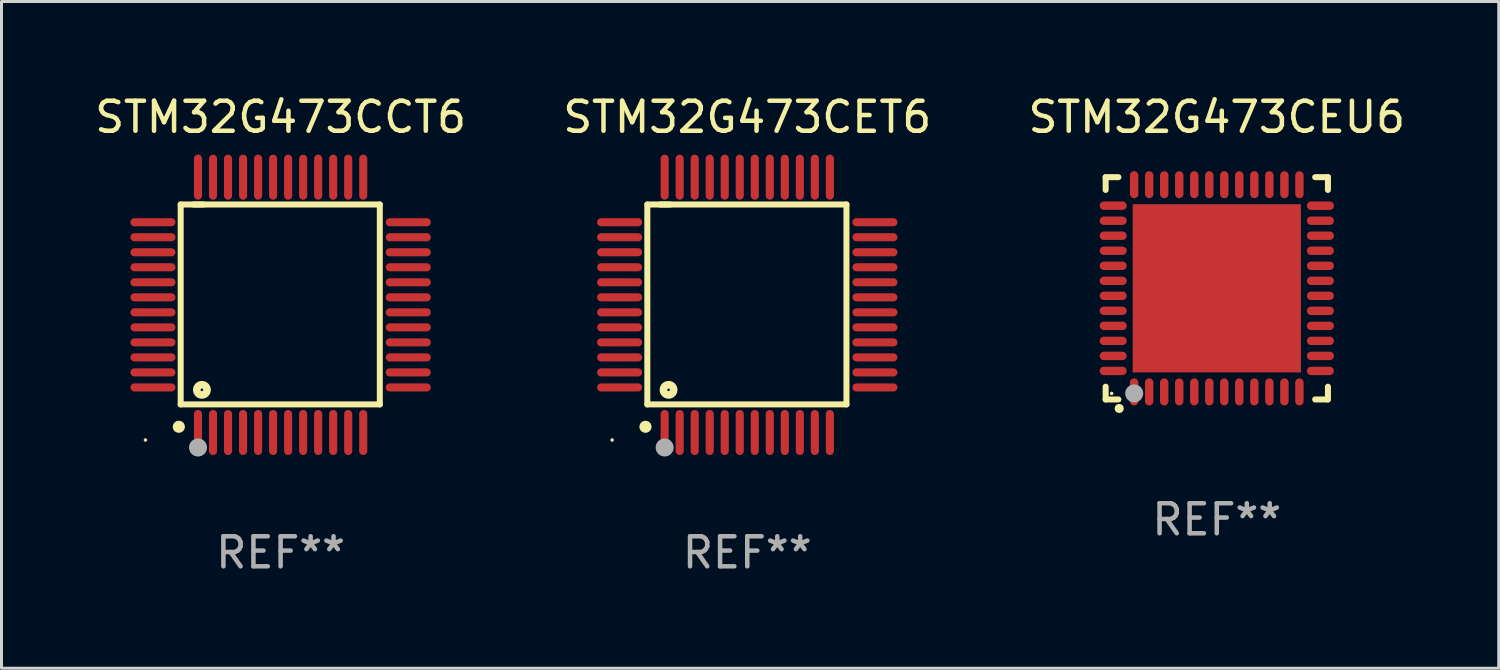
<source format=kicad_pcb>
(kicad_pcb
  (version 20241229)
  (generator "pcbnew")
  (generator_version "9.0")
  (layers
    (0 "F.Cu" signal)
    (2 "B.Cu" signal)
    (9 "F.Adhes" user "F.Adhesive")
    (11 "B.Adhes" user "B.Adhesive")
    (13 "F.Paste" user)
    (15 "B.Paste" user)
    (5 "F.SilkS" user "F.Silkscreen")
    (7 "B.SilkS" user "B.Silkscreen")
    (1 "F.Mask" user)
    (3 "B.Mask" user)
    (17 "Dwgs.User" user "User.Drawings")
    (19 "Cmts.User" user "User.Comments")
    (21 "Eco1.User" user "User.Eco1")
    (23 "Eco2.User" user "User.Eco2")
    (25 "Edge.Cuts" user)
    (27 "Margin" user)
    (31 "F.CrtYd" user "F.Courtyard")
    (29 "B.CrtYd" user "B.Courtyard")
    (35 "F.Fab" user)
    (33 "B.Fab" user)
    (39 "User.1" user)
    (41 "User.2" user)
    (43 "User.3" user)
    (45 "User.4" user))
  (footprint "STM32G473CEU6"
    (layer "F.Cu")
    (at 37.458 6.548)
    (property "Reference" "STM32G473CEU6" (at 0 -5.7 0) (layer "F.SilkS") (effects (font (size 1 1) (thickness 0.15))))
    (attr through_hole)
    (fp_line (start -3.7 -3.7) (end -3.275 -3.7) (stroke (width 0.2) (type solid)) (layer "F.SilkS"))
    (fp_line (start -3.7 -3.275) (end -3.7 -3.7) (stroke (width 0.2) (type solid)) (layer "F.SilkS"))
    (fp_line (start -3.7 3.7) (end -3.7 3.275) (stroke (width 0.2) (type solid)) (layer "F.SilkS"))
    (fp_line (start -3.275 3.7) (end -3.7 3.7) (stroke (width 0.2) (type solid)) (layer "F.SilkS"))
    (fp_line (start 3.7 -3.7) (end 3.275 -3.7) (stroke (width 0.2) (type solid)) (layer "F.SilkS"))
    (fp_line (start 3.7 -3.275) (end 3.7 -3.7) (stroke (width 0.2) (type solid)) (layer "F.SilkS"))
    (fp_line (start 3.7 3.275) (end 3.7 3.7) (stroke (width 0.2) (type solid)) (layer "F.SilkS"))
    (fp_line (start 3.7 3.7) (end 3.275 3.7) (stroke (width 0.2) (type solid)) (layer "F.SilkS"))
    (fp_arc (start -3.249936 3.999975) (mid -3.248666 3.99997) (end -3.247396 3.999975) (stroke (width 0.3) (type solid)) (layer "F.SilkS"))
    (fp_circle (center -3.5 3.5) (end -3.47 3.5) (stroke (width 0.06) (type solid)) (fill no) (layer "F.SilkS"))
    (fp_circle (center -2.75 3.5) (end -2.6 3.5) (stroke (width 0.3) (type solid)) (fill no) (layer "F.Fab"))
    (fp_text user "REF**" (at 0 7.7 0) (layer "F.Fab") (effects (font (size 1 1) (thickness 0.15))))
    (pad "1" smd oval (at -2.751 3.449) (size 0.28 0.9) (layers "F.Cu" "F.Mask" "F.Paste"))
    (pad "2" smd oval (at -2.25 3.449) (size 0.28 0.9) (layers "F.Cu" "F.Mask" "F.Paste"))
    (pad "3" smd oval (at -1.75 3.449) (size 0.28 0.9) (layers "F.Cu" "F.Mask" "F.Paste"))
    (pad "4" smd oval (at -1.25 3.449) (size 0.28 0.9) (layers "F.Cu" "F.Mask" "F.Paste"))
    (pad "5" smd oval (at -0.749 3.449) (size 0.28 0.9) (layers "F.Cu" "F.Mask" "F.Paste"))
    (pad "6" smd oval (at -0.249 3.449) (size 0.28 0.9) (layers "F.Cu" "F.Mask" "F.Paste"))
    (pad "7" smd oval (at 0.249 3.449) (size 0.28 0.9) (layers "F.Cu" "F.Mask" "F.Paste"))
    (pad "8" smd oval (at 0.749 3.449) (size 0.28 0.9) (layers "F.Cu" "F.Mask" "F.Paste"))
    (pad "9" smd oval (at 1.25 3.449) (size 0.28 0.9) (layers "F.Cu" "F.Mask" "F.Paste"))
    (pad "10" smd oval (at 1.75 3.449) (size 0.28 0.9) (layers "F.Cu" "F.Mask" "F.Paste"))
    (pad "11" smd oval (at 2.251 3.449) (size 0.28 0.9) (layers "F.Cu" "F.Mask" "F.Paste"))
    (pad "12" smd oval (at 2.751 3.449) (size 0.28 0.9) (layers "F.Cu" "F.Mask" "F.Paste"))
    (pad "13" smd oval (at 3.449 2.75) (size 0.9 0.28) (layers "F.Cu" "F.Mask" "F.Paste"))
    (pad "14" smd oval (at 3.449 2.25) (size 0.9 0.28) (layers "F.Cu" "F.Mask" "F.Paste"))
    (pad "15" smd oval (at 3.449 1.75) (size 0.9 0.28) (layers "F.Cu" "F.Mask" "F.Paste"))
    (pad "16" smd oval (at 3.449 1.25) (size 0.9 0.28) (layers "F.Cu" "F.Mask" "F.Paste"))
    (pad "17" smd oval (at 3.449 0.75) (size 0.9 0.28) (layers "F.Cu" "F.Mask" "F.Paste"))
    (pad "18" smd oval (at 3.449 0.25) (size 0.9 0.28) (layers "F.Cu" "F.Mask" "F.Paste"))
    (pad "19" smd oval (at 3.449 -0.25) (size 0.9 0.28) (layers "F.Cu" "F.Mask" "F.Paste"))
    (pad "20" smd oval (at 3.449 -0.75) (size 0.9 0.28) (layers "F.Cu" "F.Mask" "F.Paste"))
    (pad "21" smd oval (at 3.449 -1.25) (size 0.9 0.28) (layers "F.Cu" "F.Mask" "F.Paste"))
    (pad "22" smd oval (at 3.449 -1.75) (size 0.9 0.28) (layers "F.Cu" "F.Mask" "F.Paste"))
    (pad "23" smd oval (at 3.449 -2.25) (size 0.9 0.28) (layers "F.Cu" "F.Mask" "F.Paste"))
    (pad "24" smd oval (at 3.449 -2.75) (size 0.9 0.28) (layers "F.Cu" "F.Mask" "F.Paste"))
    (pad "25" smd oval (at 2.751 -3.449) (size 0.28 0.9) (layers "F.Cu" "F.Mask" "F.Paste"))
    (pad "26" smd oval (at 2.251 -3.449) (size 0.28 0.9) (layers "F.Cu" "F.Mask" "F.Paste"))
    (pad "27" smd oval (at 1.75 -3.449) (size 0.28 0.9) (layers "F.Cu" "F.Mask" "F.Paste"))
    (pad "28" smd oval (at 1.25 -3.449) (size 0.28 0.9) (layers "F.Cu" "F.Mask" "F.Paste"))
    (pad "29" smd oval (at 0.749 -3.449) (size 0.28 0.9) (layers "F.Cu" "F.Mask" "F.Paste"))
    (pad "30" smd oval (at 0.249 -3.449) (size 0.28 0.9) (layers "F.Cu" "F.Mask" "F.Paste"))
    (pad "31" smd oval (at -0.249 -3.449) (size 0.28 0.9) (layers "F.Cu" "F.Mask" "F.Paste"))
    (pad "32" smd oval (at -0.749 -3.449) (size 0.28 0.9) (layers "F.Cu" "F.Mask" "F.Paste"))
    (pad "33" smd oval (at -1.25 -3.449) (size 0.28 0.9) (layers "F.Cu" "F.Mask" "F.Paste"))
    (pad "34" smd oval (at -1.75 -3.449) (size 0.28 0.9) (layers "F.Cu" "F.Mask" "F.Paste"))
    (pad "35" smd oval (at -2.25 -3.449) (size 0.28 0.9) (layers "F.Cu" "F.Mask" "F.Paste"))
    (pad "36" smd oval (at -2.751 -3.449) (size 0.28 0.9) (layers "F.Cu" "F.Mask" "F.Paste"))
    (pad "37" smd oval (at -3.449 -2.751) (size 0.9 0.28) (layers "F.Cu" "F.Mask" "F.Paste"))
    (pad "38" smd oval (at -3.449 -2.25) (size 0.9 0.28) (layers "F.Cu" "F.Mask" "F.Paste"))
    (pad "39" smd oval (at -3.449 -1.75) (size 0.9 0.28) (layers "F.Cu" "F.Mask" "F.Paste"))
    (pad "40" smd oval (at -3.449 -1.25) (size 0.9 0.28) (layers "F.Cu" "F.Mask" "F.Paste"))
    (pad "41" smd oval (at -3.449 -0.749) (size 0.9 0.28) (layers "F.Cu" "F.Mask" "F.Paste"))
    (pad "42" smd oval (at -3.449 -0.249) (size 0.9 0.28) (layers "F.Cu" "F.Mask" "F.Paste"))
    (pad "43" smd oval (at -3.449 0.249) (size 0.9 0.28) (layers "F.Cu" "F.Mask" "F.Paste"))
    (pad "44" smd oval (at -3.449 0.749) (size 0.9 0.28) (layers "F.Cu" "F.Mask" "F.Paste"))
    (pad "45" smd oval (at -3.449 1.25) (size 0.9 0.28) (layers "F.Cu" "F.Mask" "F.Paste"))
    (pad "46" smd oval (at -3.449 1.75) (size 0.9 0.28) (layers "F.Cu" "F.Mask" "F.Paste"))
    (pad "47" smd oval (at -3.449 2.25) (size 0.9 0.28) (layers "F.Cu" "F.Mask" "F.Paste"))
    (pad "48" smd oval (at -3.449 2.751) (size 0.9 0.28) (layers "F.Cu" "F.Mask" "F.Paste"))
    (pad "49" smd rect (at 0.000076 -0.000025) (size 5.6 5.6) (layers "F.Cu" "F.Mask" "F.Paste")))
  (footprint "STM32G473CCT6"
    (layer "F.Cu")
    (at 6.292 7.098)
    (property "Reference" "STM32G473CCT6" (at 0 -6.25 0) (layer "F.SilkS") (effects (font (size 1 1) (thickness 0.15))))
    (attr through_hole)
    (fp_line (start -3.327 -3.34) (end -2.565 -3.34) (stroke (width 0.2) (type solid)) (layer "F.SilkS"))
    (fp_line (start -3.327 3.315) (end -3.327 -3.34) (stroke (width 0.2) (type solid)) (layer "F.SilkS"))
    (fp_line (start -2.896 -3.34) (end 3.302 -3.34) (stroke (width 0.2) (type solid)) (layer "F.SilkS"))
    (fp_line (start 3.302 -3.34) (end 3.302 3.315) (stroke (width 0.2) (type solid)) (layer "F.SilkS"))
    (fp_line (start 3.302 3.315) (end -3.327 3.315) (stroke (width 0.2) (type solid)) (layer "F.SilkS"))
    (fp_arc (start -3.389992 4.059995) (mid -3.388722 4.059991) (end -3.387452 4.059995) (stroke (width 0.4) (type solid)) (layer "F.SilkS"))
    (fp_circle (center -4.5 4.5) (end -4.47 4.5) (stroke (width 0.06) (type solid)) (fill no) (layer "F.SilkS"))
    (fp_circle (center -2.62 2.83) (end -2.45 2.83) (stroke (width 0.254) (type solid)) (fill no) (layer "F.SilkS"))
    (fp_circle (center -2.75 4.75) (end -2.6 4.75) (stroke (width 0.3) (type solid)) (fill no) (layer "F.Fab"))
    (fp_text user "REF**" (at 0 8.25 0) (layer "F.Fab") (effects (font (size 1 1) (thickness 0.15))))
    (pad "1" smd oval (at -2.75 4.25) (size 0.27 1.5) (layers "F.Cu" "F.Mask" "F.Paste"))
    (pad "2" smd oval (at -2.25 4.25) (size 0.27 1.5) (layers "F.Cu" "F.Mask" "F.Paste"))
    (pad "3" smd oval (at -1.75 4.25) (size 0.27 1.5) (layers "F.Cu" "F.Mask" "F.Paste"))
    (pad "4" smd oval (at -1.25 4.25) (size 0.27 1.5) (layers "F.Cu" "F.Mask" "F.Paste"))
    (pad "5" smd oval (at -0.75 4.25) (size 0.27 1.5) (layers "F.Cu" "F.Mask" "F.Paste"))
    (pad "6" smd oval (at -0.25 4.25) (size 0.27 1.5) (layers "F.Cu" "F.Mask" "F.Paste"))
    (pad "7" smd oval (at 0.25 4.25) (size 0.27 1.5) (layers "F.Cu" "F.Mask" "F.Paste"))
    (pad "8" smd oval (at 0.75 4.25) (size 0.27 1.5) (layers "F.Cu" "F.Mask" "F.Paste"))
    (pad "9" smd oval (at 1.25 4.25) (size 0.27 1.5) (layers "F.Cu" "F.Mask" "F.Paste"))
    (pad "10" smd oval (at 1.75 4.25) (size 0.27 1.5) (layers "F.Cu" "F.Mask" "F.Paste"))
    (pad "11" smd oval (at 2.25 4.25) (size 0.27 1.5) (layers "F.Cu" "F.Mask" "F.Paste"))
    (pad "12" smd oval (at 2.75 4.25) (size 0.27 1.5) (layers "F.Cu" "F.Mask" "F.Paste"))
    (pad "13" smd oval (at 4.25 2.75) (size 1.5 0.27) (layers "F.Cu" "F.Mask" "F.Paste"))
    (pad "14" smd oval (at 4.25 2.25) (size 1.5 0.27) (layers "F.Cu" "F.Mask" "F.Paste"))
    (pad "15" smd oval (at 4.25 1.75) (size 1.5 0.27) (layers "F.Cu" "F.Mask" "F.Paste"))
    (pad "16" smd oval (at 4.25 1.25) (size 1.5 0.27) (layers "F.Cu" "F.Mask" "F.Paste"))
    (pad "17" smd oval (at 4.25 0.75) (size 1.5 0.27) (layers "F.Cu" "F.Mask" "F.Paste"))
    (pad "18" smd oval (at 4.25 0.25) (size 1.5 0.27) (layers "F.Cu" "F.Mask" "F.Paste"))
    (pad "19" smd oval (at 4.25 -0.25) (size 1.5 0.27) (layers "F.Cu" "F.Mask" "F.Paste"))
    (pad "20" smd oval (at 4.25 -0.75) (size 1.5 0.27) (layers "F.Cu" "F.Mask" "F.Paste"))
    (pad "21" smd oval (at 4.25 -1.25) (size 1.5 0.27) (layers "F.Cu" "F.Mask" "F.Paste"))
    (pad "22" smd oval (at 4.25 -1.75) (size 1.5 0.27) (layers "F.Cu" "F.Mask" "F.Paste"))
    (pad "23" smd oval (at 4.25 -2.25) (size 1.5 0.27) (layers "F.Cu" "F.Mask" "F.Paste"))
    (pad "24" smd oval (at 4.25 -2.75) (size 1.5 0.27) (layers "F.Cu" "F.Mask" "F.Paste"))
    (pad "25" smd oval (at 2.75 -4.25) (size 0.27 1.5) (layers "F.Cu" "F.Mask" "F.Paste"))
    (pad "26" smd oval (at 2.25 -4.25) (size 0.27 1.5) (layers "F.Cu" "F.Mask" "F.Paste"))
    (pad "27" smd oval (at 1.75 -4.25) (size 0.27 1.5) (layers "F.Cu" "F.Mask" "F.Paste"))
    (pad "28" smd oval (at 1.25 -4.25) (size 0.27 1.5) (layers "F.Cu" "F.Mask" "F.Paste"))
    (pad "29" smd oval (at 0.75 -4.25) (size 0.27 1.5) (layers "F.Cu" "F.Mask" "F.Paste"))
    (pad "30" smd oval (at 0.25 -4.25) (size 0.27 1.5) (layers "F.Cu" "F.Mask" "F.Paste"))
    (pad "31" smd oval (at -0.25 -4.25) (size 0.27 1.5) (layers "F.Cu" "F.Mask" "F.Paste"))
    (pad "32" smd oval (at -0.75 -4.25) (size 0.27 1.5) (layers "F.Cu" "F.Mask" "F.Paste"))
    (pad "33" smd oval (at -1.25 -4.25) (size 0.27 1.5) (layers "F.Cu" "F.Mask" "F.Paste"))
    (pad "34" smd oval (at -1.75 -4.25) (size 0.27 1.5) (layers "F.Cu" "F.Mask" "F.Paste"))
    (pad "35" smd oval (at -2.25 -4.25) (size 0.27 1.5) (layers "F.Cu" "F.Mask" "F.Paste"))
    (pad "36" smd oval (at -2.75 -4.25) (size 0.27 1.5) (layers "F.Cu" "F.Mask" "F.Paste"))
    (pad "37" smd oval (at -4.25 -2.75) (size 1.5 0.27) (layers "F.Cu" "F.Mask" "F.Paste"))
    (pad "38" smd oval (at -4.25 -2.25) (size 1.5 0.27) (layers "F.Cu" "F.Mask" "F.Paste"))
    (pad "39" smd oval (at -4.25 -1.75) (size 1.5 0.27) (layers "F.Cu" "F.Mask" "F.Paste"))
    (pad "40" smd oval (at -4.25 -1.25) (size 1.5 0.27) (layers "F.Cu" "F.Mask" "F.Paste"))
    (pad "41" smd oval (at -4.25 -0.75) (size 1.5 0.27) (layers "F.Cu" "F.Mask" "F.Paste"))
    (pad "42" smd oval (at -4.25 -0.25) (size 1.5 0.27) (layers "F.Cu" "F.Mask" "F.Paste"))
    (pad "43" smd oval (at -4.25 0.25) (size 1.5 0.27) (layers "F.Cu" "F.Mask" "F.Paste"))
    (pad "44" smd oval (at -4.25 0.75) (size 1.5 0.27) (layers "F.Cu" "F.Mask" "F.Paste"))
    (pad "45" smd oval (at -4.25 1.25) (size 1.5 0.27) (layers "F.Cu" "F.Mask" "F.Paste"))
    (pad "46" smd oval (at -4.25 1.75) (size 1.5 0.27) (layers "F.Cu" "F.Mask" "F.Paste"))
    (pad "47" smd oval (at -4.25 2.25) (size 1.5 0.27) (layers "F.Cu" "F.Mask" "F.Paste"))
    (pad "48" smd oval (at -4.25 2.75) (size 1.5 0.27) (layers "F.Cu" "F.Mask" "F.Paste")))
  (footprint "STM32G473CET6"
    (layer "F.Cu")
    (at 21.827 7.098)
    (property "Reference" "STM32G473CET6" (at 0 -6.25 0) (layer "F.SilkS") (effects (font (size 1 1) (thickness 0.15))))
    (attr through_hole)
    (fp_line (start -3.327 -3.34) (end -2.565 -3.34) (stroke (width 0.2) (type solid)) (layer "F.SilkS"))
    (fp_line (start -3.327 3.315) (end -3.327 -3.34) (stroke (width 0.2) (type solid)) (layer "F.SilkS"))
    (fp_line (start -2.896 -3.34) (end 3.302 -3.34) (stroke (width 0.2) (type solid)) (layer "F.SilkS"))
    (fp_line (start 3.302 -3.34) (end 3.302 3.315) (stroke (width 0.2) (type solid)) (layer "F.SilkS"))
    (fp_line (start 3.302 3.315) (end -3.327 3.315) (stroke (width 0.2) (type solid)) (layer "F.SilkS"))
    (fp_arc (start -3.389992 4.059995) (mid -3.388722 4.059991) (end -3.387452 4.059995) (stroke (width 0.4) (type solid)) (layer "F.SilkS"))
    (fp_circle (center -4.5 4.5) (end -4.47 4.5) (stroke (width 0.06) (type solid)) (fill no) (layer "F.SilkS"))
    (fp_circle (center -2.62 2.83) (end -2.45 2.83) (stroke (width 0.254) (type solid)) (fill no) (layer "F.SilkS"))
    (fp_circle (center -2.75 4.75) (end -2.6 4.75) (stroke (width 0.3) (type solid)) (fill no) (layer "F.Fab"))
    (fp_text user "REF**" (at 0 8.25 0) (layer "F.Fab") (effects (font (size 1 1) (thickness 0.15))))
    (pad "1" smd oval (at -2.75 4.25) (size 0.27 1.5) (layers "F.Cu" "F.Mask" "F.Paste"))
    (pad "2" smd oval (at -2.25 4.25) (size 0.27 1.5) (layers "F.Cu" "F.Mask" "F.Paste"))
    (pad "3" smd oval (at -1.75 4.25) (size 0.27 1.5) (layers "F.Cu" "F.Mask" "F.Paste"))
    (pad "4" smd oval (at -1.25 4.25) (size 0.27 1.5) (layers "F.Cu" "F.Mask" "F.Paste"))
    (pad "5" smd oval (at -0.75 4.25) (size 0.27 1.5) (layers "F.Cu" "F.Mask" "F.Paste"))
    (pad "6" smd oval (at -0.25 4.25) (size 0.27 1.5) (layers "F.Cu" "F.Mask" "F.Paste"))
    (pad "7" smd oval (at 0.25 4.25) (size 0.27 1.5) (layers "F.Cu" "F.Mask" "F.Paste"))
    (pad "8" smd oval (at 0.75 4.25) (size 0.27 1.5) (layers "F.Cu" "F.Mask" "F.Paste"))
    (pad "9" smd oval (at 1.25 4.25) (size 0.27 1.5) (layers "F.Cu" "F.Mask" "F.Paste"))
    (pad "10" smd oval (at 1.75 4.25) (size 0.27 1.5) (layers "F.Cu" "F.Mask" "F.Paste"))
    (pad "11" smd oval (at 2.25 4.25) (size 0.27 1.5) (layers "F.Cu" "F.Mask" "F.Paste"))
    (pad "12" smd oval (at 2.75 4.25) (size 0.27 1.5) (layers "F.Cu" "F.Mask" "F.Paste"))
    (pad "13" smd oval (at 4.25 2.75) (size 1.5 0.27) (layers "F.Cu" "F.Mask" "F.Paste"))
    (pad "14" smd oval (at 4.25 2.25) (size 1.5 0.27) (layers "F.Cu" "F.Mask" "F.Paste"))
    (pad "15" smd oval (at 4.25 1.75) (size 1.5 0.27) (layers "F.Cu" "F.Mask" "F.Paste"))
    (pad "16" smd oval (at 4.25 1.25) (size 1.5 0.27) (layers "F.Cu" "F.Mask" "F.Paste"))
    (pad "17" smd oval (at 4.25 0.75) (size 1.5 0.27) (layers "F.Cu" "F.Mask" "F.Paste"))
    (pad "18" smd oval (at 4.25 0.25) (size 1.5 0.27) (layers "F.Cu" "F.Mask" "F.Paste"))
    (pad "19" smd oval (at 4.25 -0.25) (size 1.5 0.27) (layers "F.Cu" "F.Mask" "F.Paste"))
    (pad "20" smd oval (at 4.25 -0.75) (size 1.5 0.27) (layers "F.Cu" "F.Mask" "F.Paste"))
    (pad "21" smd oval (at 4.25 -1.25) (size 1.5 0.27) (layers "F.Cu" "F.Mask" "F.Paste"))
    (pad "22" smd oval (at 4.25 -1.75) (size 1.5 0.27) (layers "F.Cu" "F.Mask" "F.Paste"))
    (pad "23" smd oval (at 4.25 -2.25) (size 1.5 0.27) (layers "F.Cu" "F.Mask" "F.Paste"))
    (pad "24" smd oval (at 4.25 -2.75) (size 1.5 0.27) (layers "F.Cu" "F.Mask" "F.Paste"))
    (pad "25" smd oval (at 2.75 -4.25) (size 0.27 1.5) (layers "F.Cu" "F.Mask" "F.Paste"))
    (pad "26" smd oval (at 2.25 -4.25) (size 0.27 1.5) (layers "F.Cu" "F.Mask" "F.Paste"))
    (pad "27" smd oval (at 1.75 -4.25) (size 0.27 1.5) (layers "F.Cu" "F.Mask" "F.Paste"))
    (pad "28" smd oval (at 1.25 -4.25) (size 0.27 1.5) (layers "F.Cu" "F.Mask" "F.Paste"))
    (pad "29" smd oval (at 0.75 -4.25) (size 0.27 1.5) (layers "F.Cu" "F.Mask" "F.Paste"))
    (pad "30" smd oval (at 0.25 -4.25) (size 0.27 1.5) (layers "F.Cu" "F.Mask" "F.Paste"))
    (pad "31" smd oval (at -0.25 -4.25) (size 0.27 1.5) (layers "F.Cu" "F.Mask" "F.Paste"))
    (pad "32" smd oval (at -0.75 -4.25) (size 0.27 1.5) (layers "F.Cu" "F.Mask" "F.Paste"))
    (pad "33" smd oval (at -1.25 -4.25) (size 0.27 1.5) (layers "F.Cu" "F.Mask" "F.Paste"))
    (pad "34" smd oval (at -1.75 -4.25) (size 0.27 1.5) (layers "F.Cu" "F.Mask" "F.Paste"))
    (pad "35" smd oval (at -2.25 -4.25) (size 0.27 1.5) (layers "F.Cu" "F.Mask" "F.Paste"))
    (pad "36" smd oval (at -2.75 -4.25) (size 0.27 1.5) (layers "F.Cu" "F.Mask" "F.Paste"))
    (pad "37" smd oval (at -4.25 -2.75) (size 1.5 0.27) (layers "F.Cu" "F.Mask" "F.Paste"))
    (pad "38" smd oval (at -4.25 -2.25) (size 1.5 0.27) (layers "F.Cu" "F.Mask" "F.Paste"))
    (pad "39" smd oval (at -4.25 -1.75) (size 1.5 0.27) (layers "F.Cu" "F.Mask" "F.Paste"))
    (pad "40" smd oval (at -4.25 -1.25) (size 1.5 0.27) (layers "F.Cu" "F.Mask" "F.Paste"))
    (pad "41" smd oval (at -4.25 -0.75) (size 1.5 0.27) (layers "F.Cu" "F.Mask" "F.Paste"))
    (pad "42" smd oval (at -4.25 -0.25) (size 1.5 0.27) (layers "F.Cu" "F.Mask" "F.Paste"))
    (pad "43" smd oval (at -4.25 0.25) (size 1.5 0.27) (layers "F.Cu" "F.Mask" "F.Paste"))
    (pad "44" smd oval (at -4.25 0.75) (size 1.5 0.27) (layers "F.Cu" "F.Mask" "F.Paste"))
    (pad "45" smd oval (at -4.25 1.25) (size 1.5 0.27) (layers "F.Cu" "F.Mask" "F.Paste"))
    (pad "46" smd oval (at -4.25 1.75) (size 1.5 0.27) (layers "F.Cu" "F.Mask" "F.Paste"))
    (pad "47" smd oval (at -4.25 2.25) (size 1.5 0.27) (layers "F.Cu" "F.Mask" "F.Paste"))
    (pad "48" smd oval (at -4.25 2.75) (size 1.5 0.27) (layers "F.Cu" "F.Mask" "F.Paste")))
  (gr_rect
    (start -3 -3)
    (end 46.845 19.196)
    (stroke (width 0.1) (type default))
    (fill no)
    (layer "Edge.Cuts")))
</source>
